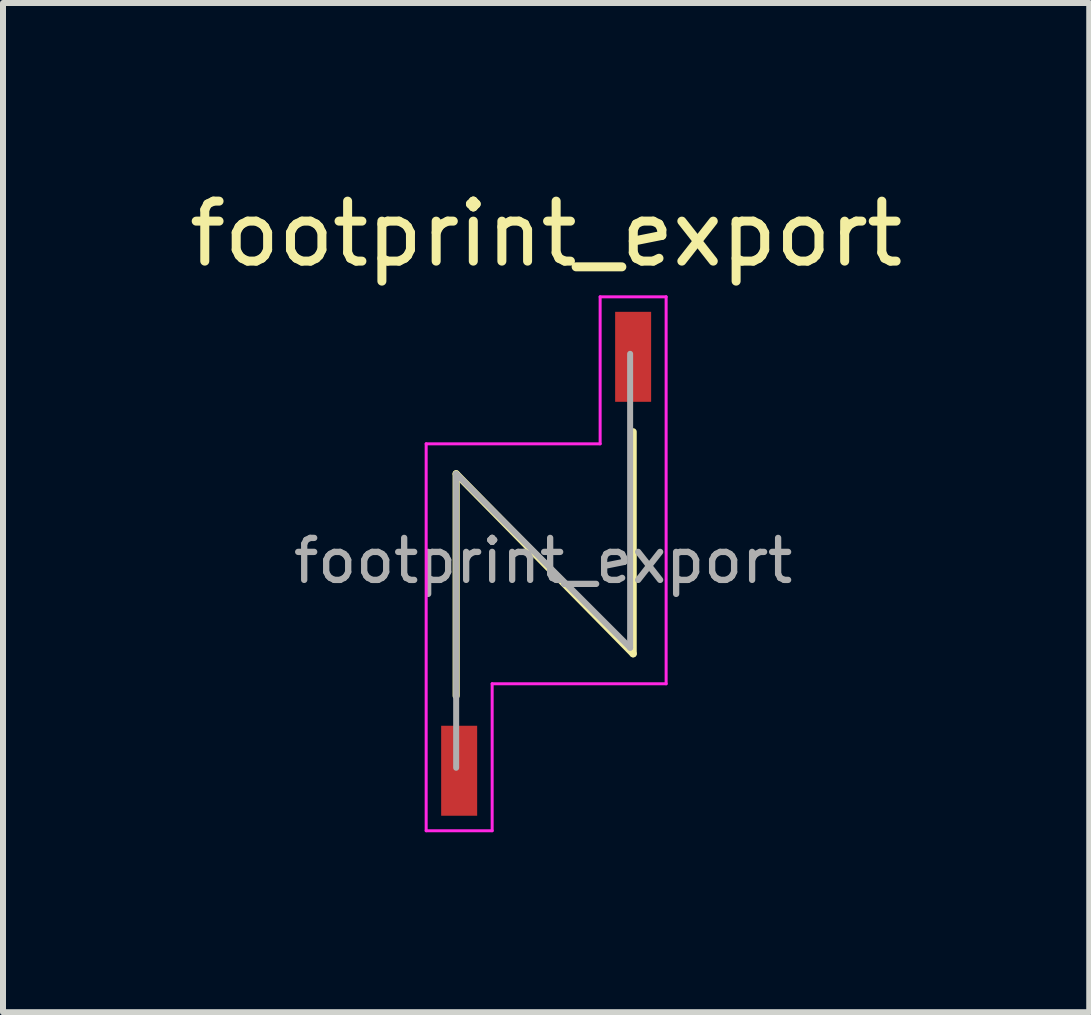
<source format=kicad_pcb>
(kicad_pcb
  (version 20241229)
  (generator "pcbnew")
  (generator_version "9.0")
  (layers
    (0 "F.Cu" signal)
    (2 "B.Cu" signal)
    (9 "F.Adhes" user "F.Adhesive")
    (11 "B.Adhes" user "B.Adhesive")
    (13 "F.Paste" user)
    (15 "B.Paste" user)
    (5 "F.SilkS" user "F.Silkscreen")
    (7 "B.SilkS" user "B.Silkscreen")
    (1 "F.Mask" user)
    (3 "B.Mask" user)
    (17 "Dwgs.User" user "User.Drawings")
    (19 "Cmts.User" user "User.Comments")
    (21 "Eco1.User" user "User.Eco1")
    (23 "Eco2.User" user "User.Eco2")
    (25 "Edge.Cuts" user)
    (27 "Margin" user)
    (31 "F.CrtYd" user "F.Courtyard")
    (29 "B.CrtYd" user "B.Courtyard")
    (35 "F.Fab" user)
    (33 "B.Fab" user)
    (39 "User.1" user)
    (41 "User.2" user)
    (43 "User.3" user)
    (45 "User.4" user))
  (footprint "footprint_export"
    (layer "F.Cu")
    (at 6.054 6.348)
    (property "Reference" "footprint_export" (at 0 -5.5 0) (layer "F.SilkS") (effects (font (size 1 1) (thickness 0.15))))
    (attr smd)
    (fp_line (start -1.5 -1.5) (end -1.5 2.2) (stroke (width 0.12) (type solid)) (layer "F.SilkS"))
    (fp_line (start -1.5 -1.5) (end 1.45 1.5) (stroke (width 0.12) (type solid)) (layer "F.SilkS"))
    (fp_line (start 1.45 1.5) (end 1.45 -2.2) (stroke (width 0.12) (type solid)) (layer "F.SilkS"))
    (fp_line (start -2 -2) (end -2 4.45) (stroke (width 0.05) (type solid)) (layer "F.CrtYd"))
    (fp_line (start -2 4.45) (end -0.9 4.45) (stroke (width 0.05) (type solid)) (layer "F.CrtYd"))
    (fp_line (start -0.9 2) (end 2 2) (stroke (width 0.05) (type solid)) (layer "F.CrtYd"))
    (fp_line (start -0.9 4.45) (end -0.9 2) (stroke (width 0.05) (type solid)) (layer "F.CrtYd"))
    (fp_line (start 0.9 -4.45) (end 0.9 -2) (stroke (width 0.05) (type solid)) (layer "F.CrtYd"))
    (fp_line (start 0.9 -2) (end -2 -2) (stroke (width 0.05) (type solid)) (layer "F.CrtYd"))
    (fp_line (start 2 -4.45) (end 0.9 -4.45) (stroke (width 0.05) (type solid)) (layer "F.CrtYd"))
    (fp_line (start 2 2) (end 2 -4.45) (stroke (width 0.05) (type solid)) (layer "F.CrtYd"))
    (fp_line (start -1.5 -1.5) (end 1.4 1.4) (stroke (width 0.1) (type solid)) (layer "F.Fab"))
    (fp_line (start -1.5 3.4) (end -1.5 -1.5) (stroke (width 0.1) (type solid)) (layer "F.Fab"))
    (fp_line (start 1.4 1.4) (end 1.4 -3.5) (stroke (width 0.1) (type solid)) (layer "F.Fab"))
    (fp_text user "${REFERENCE}" (at -0.05 -0.05 0) (layer "F.Fab") (effects (font (size 0.7 0.7) (thickness 0.105))))
    (pad "1" smd rect (at -1.45 3.45) (size 0.6 1.5) (layers "F.Cu" "F.Mask" "F.Paste"))
    (pad "2" smd rect (at 1.45 -3.45) (size 0.6 1.5) (layers "F.Cu" "F.Mask" "F.Paste")))
  (gr_rect
    (start -3 -3)
    (end 15.107 13.823)
    (stroke (width 0.1) (type default))
    (fill no)
    (layer "Edge.Cuts")))
</source>
